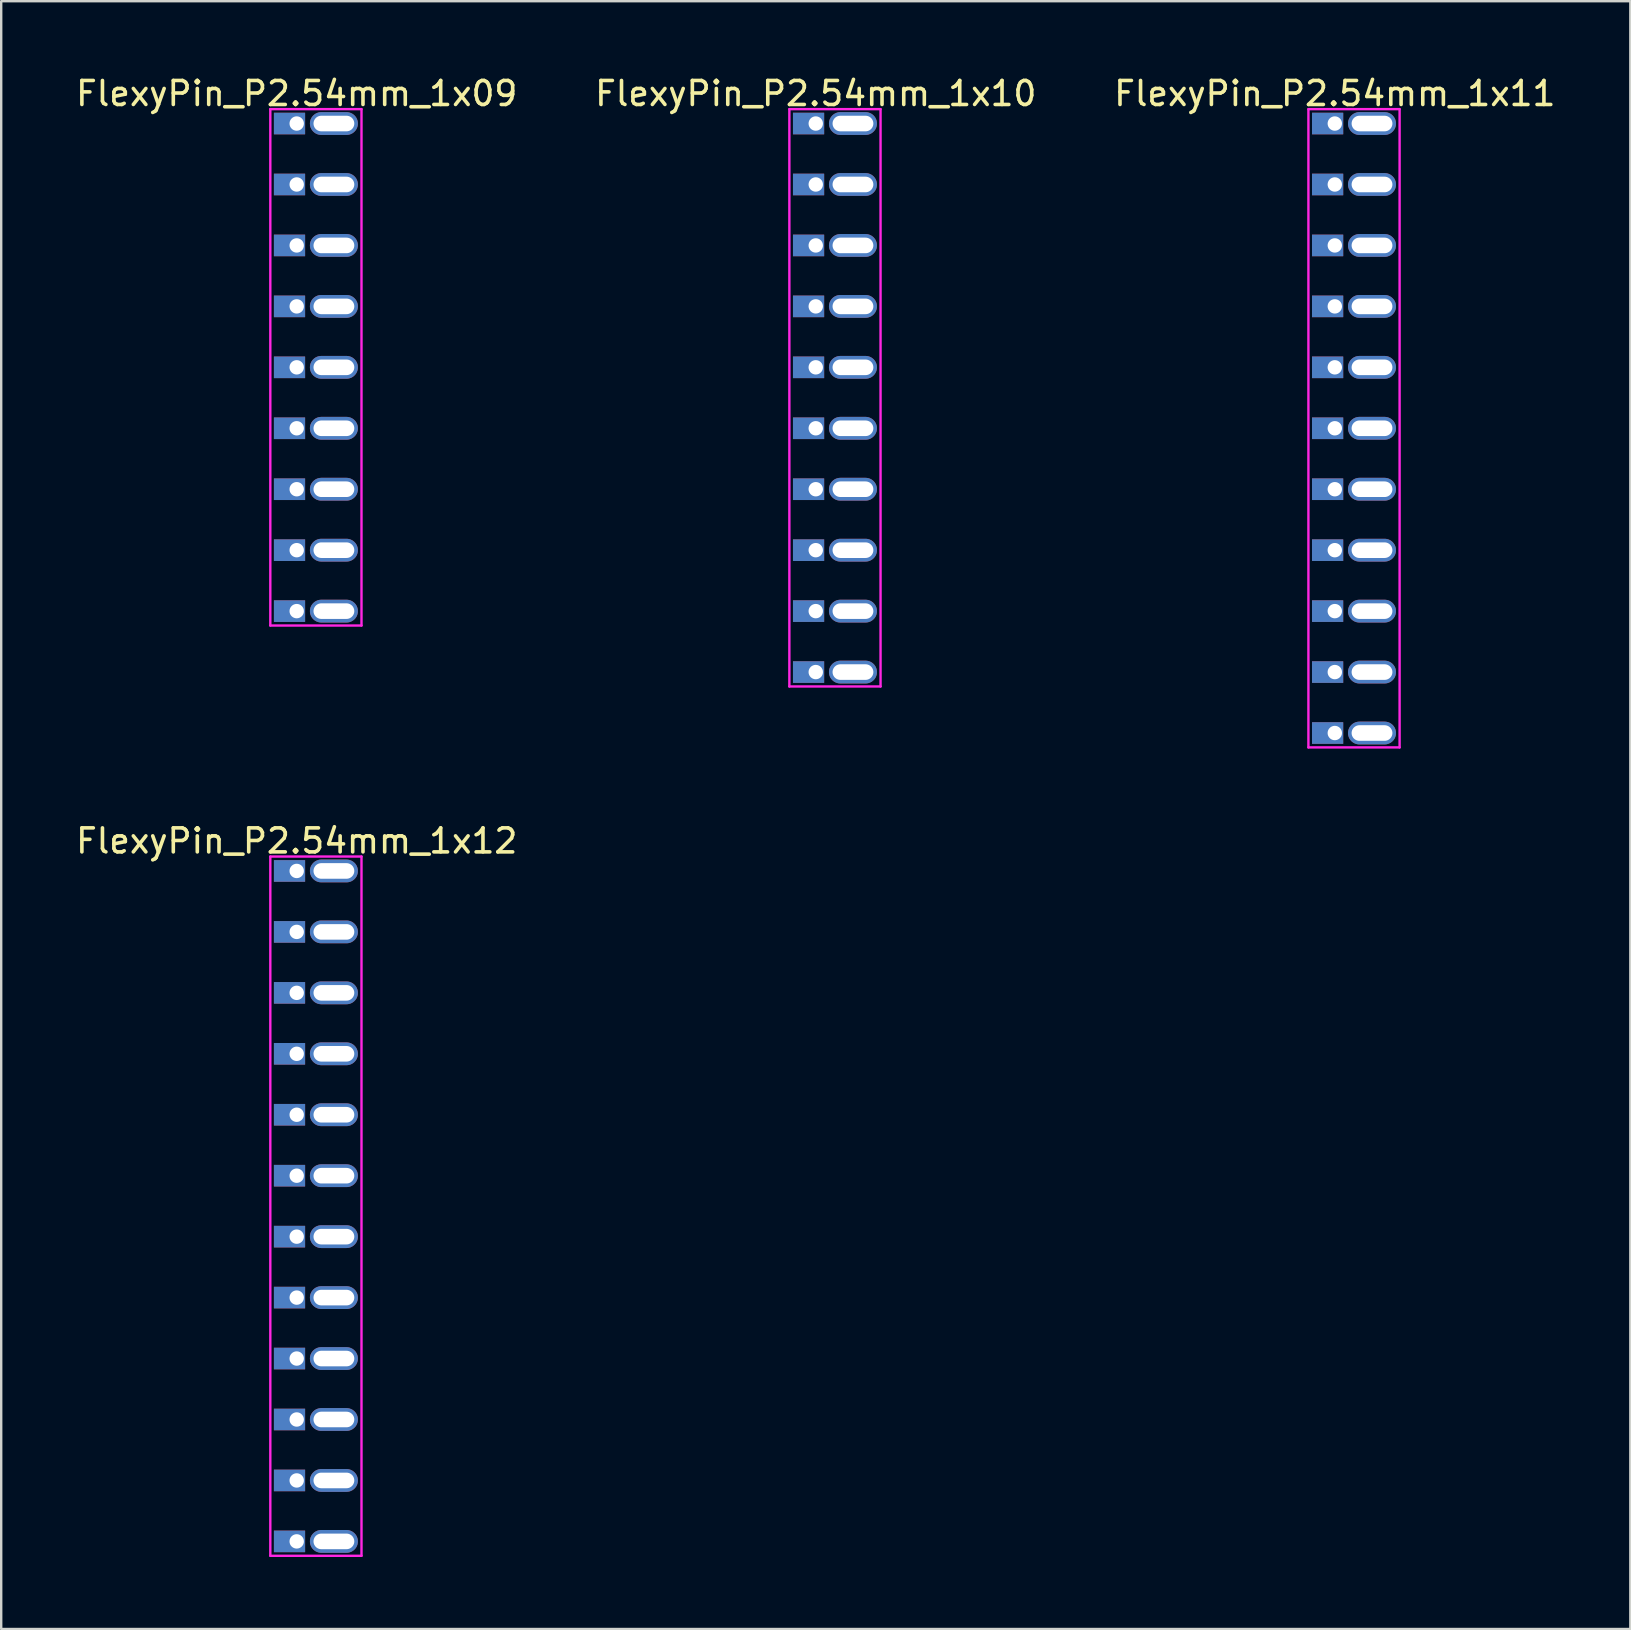
<source format=kicad_pcb>
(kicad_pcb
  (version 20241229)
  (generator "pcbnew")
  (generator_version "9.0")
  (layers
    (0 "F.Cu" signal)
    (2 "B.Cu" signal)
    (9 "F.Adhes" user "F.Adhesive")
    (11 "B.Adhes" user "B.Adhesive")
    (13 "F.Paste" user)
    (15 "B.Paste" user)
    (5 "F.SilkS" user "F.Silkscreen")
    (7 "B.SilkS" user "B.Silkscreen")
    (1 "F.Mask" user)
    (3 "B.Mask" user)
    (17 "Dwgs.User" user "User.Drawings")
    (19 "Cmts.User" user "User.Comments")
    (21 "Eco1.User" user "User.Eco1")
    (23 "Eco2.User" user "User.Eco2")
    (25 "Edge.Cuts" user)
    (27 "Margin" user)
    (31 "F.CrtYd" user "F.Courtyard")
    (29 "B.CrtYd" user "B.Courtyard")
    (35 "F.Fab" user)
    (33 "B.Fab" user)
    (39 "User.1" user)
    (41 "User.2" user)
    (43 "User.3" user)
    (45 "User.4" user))
  (footprint "FlexyPin_P2.54mm_1x10"
    (layer "F.Cu")
    (at 30.946 2.098)
    (property "Reference" "FlexyPin_P2.54mm_1x10" (at 0 -1.25 0) (layer "F.SilkS") (effects (font (size 1 1) (thickness 0.15))))
    (attr through_hole)
    (fp_line (start -1.1 -0.6) (end 2.7 -0.6) (stroke (width 0.1) (type solid)) (layer "F.CrtYd"))
    (fp_line (start -1.1 23.46) (end -1.1 -0.6) (stroke (width 0.1) (type solid)) (layer "F.CrtYd"))
    (fp_line (start 2.7 -0.6) (end 2.7 23.46) (stroke (width 0.1) (type solid)) (layer "F.CrtYd"))
    (fp_line (start 2.7 23.46) (end -1.1 23.46) (stroke (width 0.1) (type solid)) (layer "F.CrtYd"))
    (pad "" thru_hole oval (at 1.55 0) (size 2 0.95) (drill oval 1.7 0.65) (layers "*.Cu" "*.Mask"))
    (pad "" thru_hole oval (at 1.55 2.54) (size 2 0.95) (drill oval 1.7 0.65) (layers "*.Cu" "*.Mask"))
    (pad "" thru_hole oval (at 1.55 5.08) (size 2 0.95) (drill oval 1.7 0.65) (layers "*.Cu" "*.Mask"))
    (pad "" thru_hole oval (at 1.55 7.62) (size 2 0.95) (drill oval 1.7 0.65) (layers "*.Cu" "*.Mask"))
    (pad "" thru_hole oval (at 1.55 10.16) (size 2 0.95) (drill oval 1.7 0.65) (layers "*.Cu" "*.Mask"))
    (pad "" thru_hole oval (at 1.55 12.7) (size 2 0.95) (drill oval 1.7 0.65) (layers "*.Cu" "*.Mask"))
    (pad "" thru_hole oval (at 1.55 15.24) (size 2 0.95) (drill oval 1.7 0.65) (layers "*.Cu" "*.Mask"))
    (pad "" thru_hole oval (at 1.55 17.78) (size 2 0.95) (drill oval 1.7 0.65) (layers "*.Cu" "*.Mask"))
    (pad "" thru_hole oval (at 1.55 20.32) (size 2 0.95) (drill oval 1.7 0.65) (layers "*.Cu" "*.Mask"))
    (pad "" thru_hole oval (at 1.55 22.86) (size 2 0.95) (drill oval 1.7 0.65) (layers "*.Cu" "*.Mask"))
    (pad "1" thru_hole rect (at 0 0) (size 1.3 0.9) (drill 0.6 (offset -0.3 0)) (layers "*.Cu" "*.Mask"))
    (pad "2" thru_hole rect (at 0 2.54) (size 1.3 0.9) (drill 0.6 (offset -0.3 0)) (layers "*.Cu" "*.Mask"))
    (pad "3" thru_hole rect (at 0 5.08) (size 1.3 0.9) (drill 0.6 (offset -0.3 0)) (layers "*.Cu" "*.Mask"))
    (pad "4" thru_hole rect (at 0 7.62) (size 1.3 0.9) (drill 0.6 (offset -0.3 0)) (layers "*.Cu" "*.Mask"))
    (pad "5" thru_hole rect (at 0 10.16) (size 1.3 0.9) (drill 0.6 (offset -0.3 0)) (layers "*.Cu" "*.Mask"))
    (pad "6" thru_hole rect (at 0 12.7) (size 1.3 0.9) (drill 0.6 (offset -0.3 0)) (layers "*.Cu" "*.Mask"))
    (pad "7" thru_hole rect (at 0 15.24) (size 1.3 0.9) (drill 0.6 (offset -0.3 0)) (layers "*.Cu" "*.Mask"))
    (pad "8" thru_hole rect (at 0 17.78) (size 1.3 0.9) (drill 0.6 (offset -0.3 0)) (layers "*.Cu" "*.Mask"))
    (pad "9" thru_hole rect (at 0 20.32) (size 1.3 0.9) (drill 0.6 (offset -0.3 0)) (layers "*.Cu" "*.Mask"))
    (pad "10" thru_hole rect (at 0 22.86) (size 1.3 0.9) (drill 0.6 (offset -0.3 0)) (layers "*.Cu" "*.Mask")))
  (footprint "FlexyPin_P2.54mm_1x12"
    (layer "F.Cu")
    (at 9.315 33.246)
    (property "Reference" "FlexyPin_P2.54mm_1x12" (at 0 -1.25 0) (layer "F.SilkS") (effects (font (size 1 1) (thickness 0.15))))
    (attr through_hole)
    (fp_line (start -1.1 -0.6) (end 2.7 -0.6) (stroke (width 0.1) (type solid)) (layer "F.CrtYd"))
    (fp_line (start -1.1 28.54) (end -1.1 -0.6) (stroke (width 0.1) (type solid)) (layer "F.CrtYd"))
    (fp_line (start 2.7 -0.6) (end 2.7 28.54) (stroke (width 0.1) (type solid)) (layer "F.CrtYd"))
    (fp_line (start 2.7 28.54) (end -1.1 28.54) (stroke (width 0.1) (type solid)) (layer "F.CrtYd"))
    (pad "" thru_hole oval (at 1.55 0) (size 2 0.95) (drill oval 1.7 0.65) (layers "*.Cu" "*.Mask"))
    (pad "" thru_hole oval (at 1.55 2.54) (size 2 0.95) (drill oval 1.7 0.65) (layers "*.Cu" "*.Mask"))
    (pad "" thru_hole oval (at 1.55 5.08) (size 2 0.95) (drill oval 1.7 0.65) (layers "*.Cu" "*.Mask"))
    (pad "" thru_hole oval (at 1.55 7.62) (size 2 0.95) (drill oval 1.7 0.65) (layers "*.Cu" "*.Mask"))
    (pad "" thru_hole oval (at 1.55 10.16) (size 2 0.95) (drill oval 1.7 0.65) (layers "*.Cu" "*.Mask"))
    (pad "" thru_hole oval (at 1.55 12.7) (size 2 0.95) (drill oval 1.7 0.65) (layers "*.Cu" "*.Mask"))
    (pad "" thru_hole oval (at 1.55 15.24) (size 2 0.95) (drill oval 1.7 0.65) (layers "*.Cu" "*.Mask"))
    (pad "" thru_hole oval (at 1.55 17.78) (size 2 0.95) (drill oval 1.7 0.65) (layers "*.Cu" "*.Mask"))
    (pad "" thru_hole oval (at 1.55 20.32) (size 2 0.95) (drill oval 1.7 0.65) (layers "*.Cu" "*.Mask"))
    (pad "" thru_hole oval (at 1.55 22.86) (size 2 0.95) (drill oval 1.7 0.65) (layers "*.Cu" "*.Mask"))
    (pad "" thru_hole oval (at 1.55 25.4) (size 2 0.95) (drill oval 1.7 0.65) (layers "*.Cu" "*.Mask"))
    (pad "" thru_hole oval (at 1.55 27.94) (size 2 0.95) (drill oval 1.7 0.65) (layers "*.Cu" "*.Mask"))
    (pad "1" thru_hole rect (at 0 0) (size 1.3 0.9) (drill 0.6 (offset -0.3 0)) (layers "*.Cu" "*.Mask"))
    (pad "2" thru_hole rect (at 0 2.54) (size 1.3 0.9) (drill 0.6 (offset -0.3 0)) (layers "*.Cu" "*.Mask"))
    (pad "3" thru_hole rect (at 0 5.08) (size 1.3 0.9) (drill 0.6 (offset -0.3 0)) (layers "*.Cu" "*.Mask"))
    (pad "4" thru_hole rect (at 0 7.62) (size 1.3 0.9) (drill 0.6 (offset -0.3 0)) (layers "*.Cu" "*.Mask"))
    (pad "5" thru_hole rect (at 0 10.16) (size 1.3 0.9) (drill 0.6 (offset -0.3 0)) (layers "*.Cu" "*.Mask"))
    (pad "6" thru_hole rect (at 0 12.7) (size 1.3 0.9) (drill 0.6 (offset -0.3 0)) (layers "*.Cu" "*.Mask"))
    (pad "7" thru_hole rect (at 0 15.24) (size 1.3 0.9) (drill 0.6 (offset -0.3 0)) (layers "*.Cu" "*.Mask"))
    (pad "8" thru_hole rect (at 0 17.78) (size 1.3 0.9) (drill 0.6 (offset -0.3 0)) (layers "*.Cu" "*.Mask"))
    (pad "9" thru_hole rect (at 0 20.32) (size 1.3 0.9) (drill 0.6 (offset -0.3 0)) (layers "*.Cu" "*.Mask"))
    (pad "10" thru_hole rect (at 0 22.86) (size 1.3 0.9) (drill 0.6 (offset -0.3 0)) (layers "*.Cu" "*.Mask"))
    (pad "11" thru_hole rect (at 0 25.4) (size 1.3 0.9) (drill 0.6 (offset -0.3 0)) (layers "*.Cu" "*.Mask"))
    (pad "12" thru_hole rect (at 0 27.94) (size 1.3 0.9) (drill 0.6 (offset -0.3 0)) (layers "*.Cu" "*.Mask")))
  (footprint "FlexyPin_P2.54mm_1x11"
    (layer "F.Cu")
    (at 52.577 2.098)
    (property "Reference" "FlexyPin_P2.54mm_1x11" (at 0 -1.25 0) (layer "F.SilkS") (effects (font (size 1 1) (thickness 0.15))))
    (attr through_hole)
    (fp_line (start -1.1 -0.6) (end 2.7 -0.6) (stroke (width 0.1) (type solid)) (layer "F.CrtYd"))
    (fp_line (start -1.1 26) (end -1.1 -0.6) (stroke (width 0.1) (type solid)) (layer "F.CrtYd"))
    (fp_line (start 2.7 -0.6) (end 2.7 26) (stroke (width 0.1) (type solid)) (layer "F.CrtYd"))
    (fp_line (start 2.7 26) (end -1.1 26) (stroke (width 0.1) (type solid)) (layer "F.CrtYd"))
    (pad "" thru_hole oval (at 1.55 0) (size 2 0.95) (drill oval 1.7 0.65) (layers "*.Cu" "*.Mask"))
    (pad "" thru_hole oval (at 1.55 2.54) (size 2 0.95) (drill oval 1.7 0.65) (layers "*.Cu" "*.Mask"))
    (pad "" thru_hole oval (at 1.55 5.08) (size 2 0.95) (drill oval 1.7 0.65) (layers "*.Cu" "*.Mask"))
    (pad "" thru_hole oval (at 1.55 7.62) (size 2 0.95) (drill oval 1.7 0.65) (layers "*.Cu" "*.Mask"))
    (pad "" thru_hole oval (at 1.55 10.16) (size 2 0.95) (drill oval 1.7 0.65) (layers "*.Cu" "*.Mask"))
    (pad "" thru_hole oval (at 1.55 12.7) (size 2 0.95) (drill oval 1.7 0.65) (layers "*.Cu" "*.Mask"))
    (pad "" thru_hole oval (at 1.55 15.24) (size 2 0.95) (drill oval 1.7 0.65) (layers "*.Cu" "*.Mask"))
    (pad "" thru_hole oval (at 1.55 17.78) (size 2 0.95) (drill oval 1.7 0.65) (layers "*.Cu" "*.Mask"))
    (pad "" thru_hole oval (at 1.55 20.32) (size 2 0.95) (drill oval 1.7 0.65) (layers "*.Cu" "*.Mask"))
    (pad "" thru_hole oval (at 1.55 22.86) (size 2 0.95) (drill oval 1.7 0.65) (layers "*.Cu" "*.Mask"))
    (pad "" thru_hole oval (at 1.55 25.4) (size 2 0.95) (drill oval 1.7 0.65) (layers "*.Cu" "*.Mask"))
    (pad "1" thru_hole rect (at 0 0) (size 1.3 0.9) (drill 0.6 (offset -0.3 0)) (layers "*.Cu" "*.Mask"))
    (pad "2" thru_hole rect (at 0 2.54) (size 1.3 0.9) (drill 0.6 (offset -0.3 0)) (layers "*.Cu" "*.Mask"))
    (pad "3" thru_hole rect (at 0 5.08) (size 1.3 0.9) (drill 0.6 (offset -0.3 0)) (layers "*.Cu" "*.Mask"))
    (pad "4" thru_hole rect (at 0 7.62) (size 1.3 0.9) (drill 0.6 (offset -0.3 0)) (layers "*.Cu" "*.Mask"))
    (pad "5" thru_hole rect (at 0 10.16) (size 1.3 0.9) (drill 0.6 (offset -0.3 0)) (layers "*.Cu" "*.Mask"))
    (pad "6" thru_hole rect (at 0 12.7) (size 1.3 0.9) (drill 0.6 (offset -0.3 0)) (layers "*.Cu" "*.Mask"))
    (pad "7" thru_hole rect (at 0 15.24) (size 1.3 0.9) (drill 0.6 (offset -0.3 0)) (layers "*.Cu" "*.Mask"))
    (pad "8" thru_hole rect (at 0 17.78) (size 1.3 0.9) (drill 0.6 (offset -0.3 0)) (layers "*.Cu" "*.Mask"))
    (pad "9" thru_hole rect (at 0 20.32) (size 1.3 0.9) (drill 0.6 (offset -0.3 0)) (layers "*.Cu" "*.Mask"))
    (pad "10" thru_hole rect (at 0 22.86) (size 1.3 0.9) (drill 0.6 (offset -0.3 0)) (layers "*.Cu" "*.Mask"))
    (pad "11" thru_hole rect (at 0 25.4) (size 1.3 0.9) (drill 0.6 (offset -0.3 0)) (layers "*.Cu" "*.Mask")))
  (footprint "FlexyPin_P2.54mm_1x09"
    (layer "F.Cu")
    (at 9.315 2.098)
    (property "Reference" "FlexyPin_P2.54mm_1x09" (at 0 -1.25 0) (layer "F.SilkS") (effects (font (size 1 1) (thickness 0.15))))
    (attr through_hole)
    (fp_line (start -1.1 -0.6) (end 2.7 -0.6) (stroke (width 0.1) (type solid)) (layer "F.CrtYd"))
    (fp_line (start -1.1 20.92) (end -1.1 -0.6) (stroke (width 0.1) (type solid)) (layer "F.CrtYd"))
    (fp_line (start 2.7 -0.6) (end 2.7 20.92) (stroke (width 0.1) (type solid)) (layer "F.CrtYd"))
    (fp_line (start 2.7 20.92) (end -1.1 20.92) (stroke (width 0.1) (type solid)) (layer "F.CrtYd"))
    (pad "" thru_hole oval (at 1.55 0) (size 2 0.95) (drill oval 1.7 0.65) (layers "*.Cu" "*.Mask"))
    (pad "" thru_hole oval (at 1.55 2.54) (size 2 0.95) (drill oval 1.7 0.65) (layers "*.Cu" "*.Mask"))
    (pad "" thru_hole oval (at 1.55 5.08) (size 2 0.95) (drill oval 1.7 0.65) (layers "*.Cu" "*.Mask"))
    (pad "" thru_hole oval (at 1.55 7.62) (size 2 0.95) (drill oval 1.7 0.65) (layers "*.Cu" "*.Mask"))
    (pad "" thru_hole oval (at 1.55 10.16) (size 2 0.95) (drill oval 1.7 0.65) (layers "*.Cu" "*.Mask"))
    (pad "" thru_hole oval (at 1.55 12.7) (size 2 0.95) (drill oval 1.7 0.65) (layers "*.Cu" "*.Mask"))
    (pad "" thru_hole oval (at 1.55 15.24) (size 2 0.95) (drill oval 1.7 0.65) (layers "*.Cu" "*.Mask"))
    (pad "" thru_hole oval (at 1.55 17.78) (size 2 0.95) (drill oval 1.7 0.65) (layers "*.Cu" "*.Mask"))
    (pad "" thru_hole oval (at 1.55 20.32) (size 2 0.95) (drill oval 1.7 0.65) (layers "*.Cu" "*.Mask"))
    (pad "1" thru_hole rect (at 0 0) (size 1.3 0.9) (drill 0.6 (offset -0.3 0)) (layers "*.Cu" "*.Mask"))
    (pad "2" thru_hole rect (at 0 2.54) (size 1.3 0.9) (drill 0.6 (offset -0.3 0)) (layers "*.Cu" "*.Mask"))
    (pad "3" thru_hole rect (at 0 5.08) (size 1.3 0.9) (drill 0.6 (offset -0.3 0)) (layers "*.Cu" "*.Mask"))
    (pad "4" thru_hole rect (at 0 7.62) (size 1.3 0.9) (drill 0.6 (offset -0.3 0)) (layers "*.Cu" "*.Mask"))
    (pad "5" thru_hole rect (at 0 10.16) (size 1.3 0.9) (drill 0.6 (offset -0.3 0)) (layers "*.Cu" "*.Mask"))
    (pad "6" thru_hole rect (at 0 12.7) (size 1.3 0.9) (drill 0.6 (offset -0.3 0)) (layers "*.Cu" "*.Mask"))
    (pad "7" thru_hole rect (at 0 15.24) (size 1.3 0.9) (drill 0.6 (offset -0.3 0)) (layers "*.Cu" "*.Mask"))
    (pad "8" thru_hole rect (at 0 17.78) (size 1.3 0.9) (drill 0.6 (offset -0.3 0)) (layers "*.Cu" "*.Mask"))
    (pad "9" thru_hole rect (at 0 20.32) (size 1.3 0.9) (drill 0.6 (offset -0.3 0)) (layers "*.Cu" "*.Mask")))
  (gr_rect
    (start -3 -3)
    (end 64.893 64.837)
    (stroke (width 0.1) (type default))
    (fill no)
    (layer "Edge.Cuts")))
</source>
